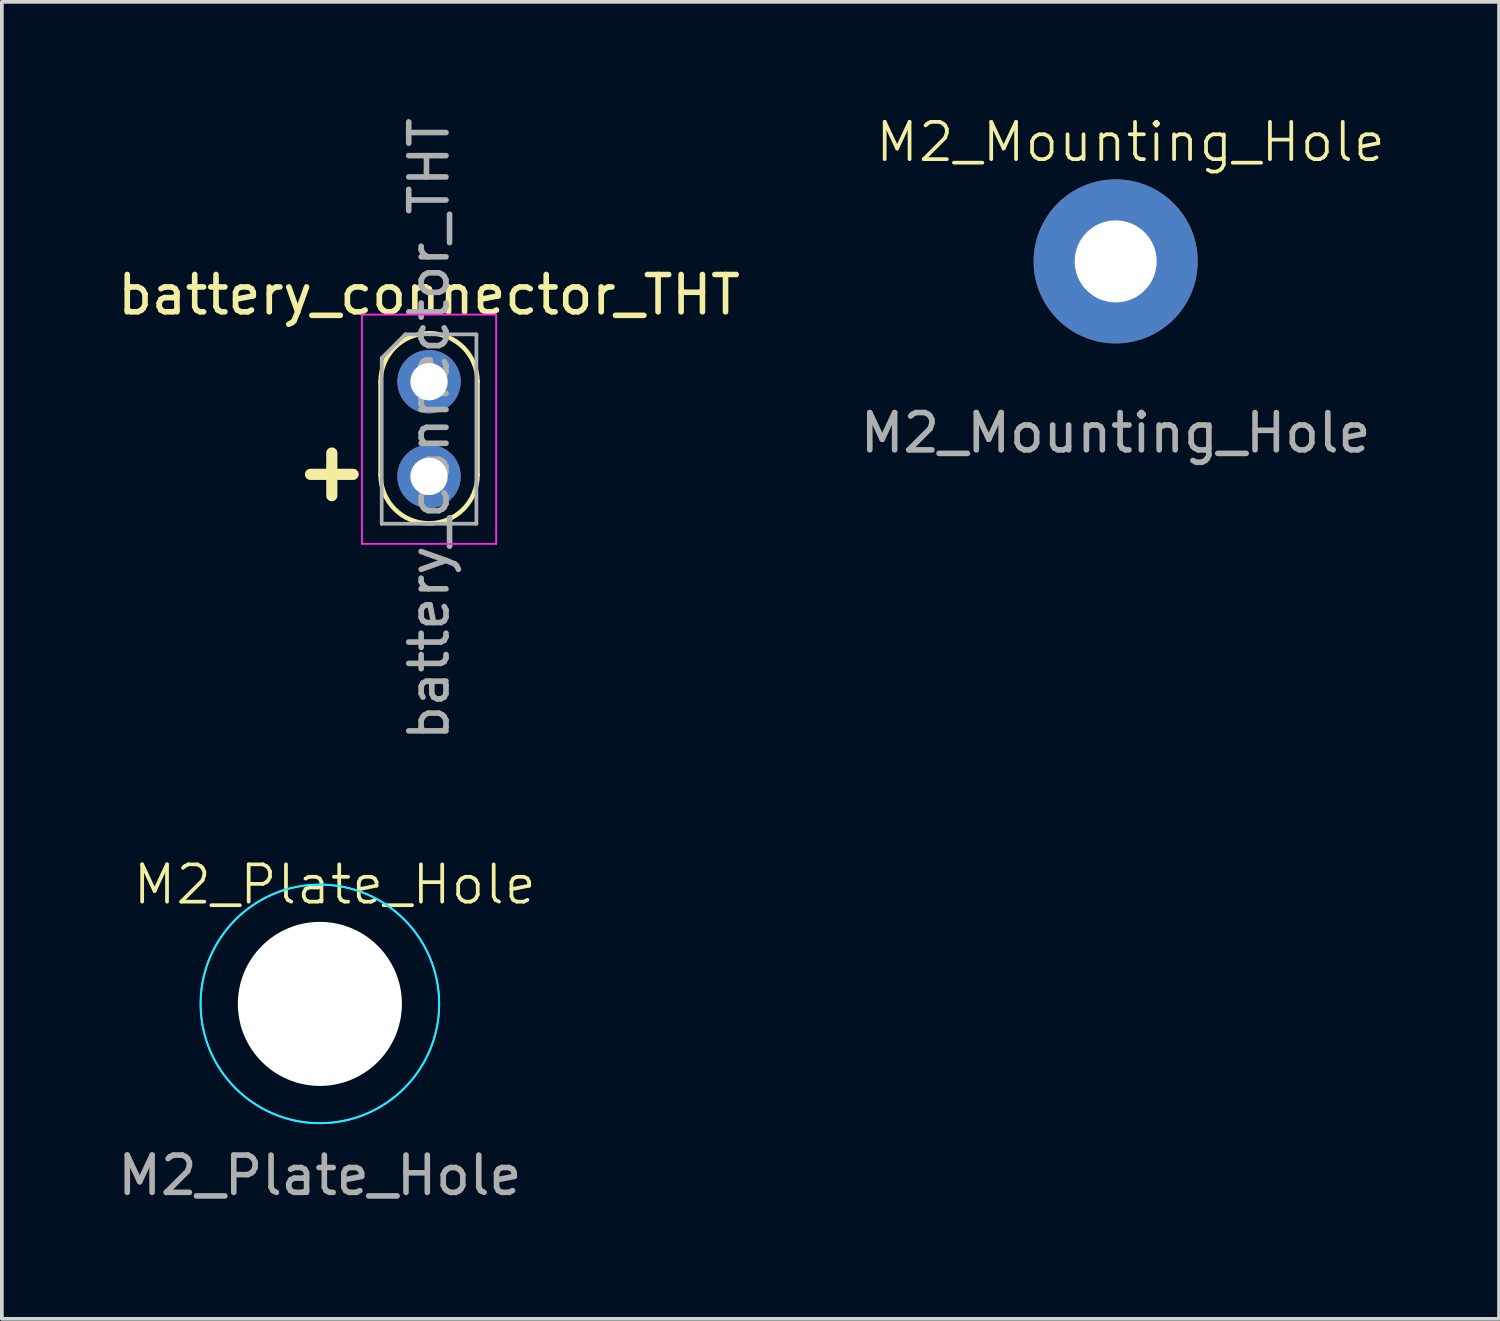
<source format=kicad_pcb>
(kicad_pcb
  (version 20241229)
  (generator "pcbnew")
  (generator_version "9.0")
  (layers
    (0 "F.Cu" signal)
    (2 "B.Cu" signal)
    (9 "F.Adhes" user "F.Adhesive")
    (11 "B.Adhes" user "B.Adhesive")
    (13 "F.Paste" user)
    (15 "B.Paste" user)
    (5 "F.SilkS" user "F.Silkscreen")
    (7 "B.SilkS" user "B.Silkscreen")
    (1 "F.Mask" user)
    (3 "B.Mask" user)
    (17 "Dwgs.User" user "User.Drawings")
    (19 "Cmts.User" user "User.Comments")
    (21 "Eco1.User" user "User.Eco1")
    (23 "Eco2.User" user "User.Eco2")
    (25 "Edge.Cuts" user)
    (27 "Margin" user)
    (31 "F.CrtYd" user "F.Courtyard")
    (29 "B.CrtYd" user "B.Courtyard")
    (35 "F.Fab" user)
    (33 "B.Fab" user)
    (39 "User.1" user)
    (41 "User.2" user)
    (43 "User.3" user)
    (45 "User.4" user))
  (footprint "battery_connector_THT"
    (layer "F.Cu")
    (at 8.458 7.188)
    (property "Reference" "battery_connector_THT" (at 0 -2.33 180) (layer "F.SilkS") (effects (font (size 1 1) (thickness 0.15))))
    (attr through_hole)
    (fp_line (start -1.3 2.5) (end -1.3 0) (stroke (width 0.12) (type solid)) (layer "F.SilkS"))
    (fp_line (start 1.3 0) (end 1.3 2.5) (stroke (width 0.12) (type solid)) (layer "F.SilkS"))
    (fp_arc (start -1.3 0) (mid 0 -1.3) (end 1.3 0) (stroke (width 0.12) (type solid)) (layer "F.SilkS"))
    (fp_arc (start 1.3 2.5) (mid 0 3.8) (end -1.3 2.5) (stroke (width 0.12) (type solid)) (layer "F.SilkS"))
    (fp_line (start -1.8 -1.8) (end -1.8 4.35) (stroke (width 0.05) (type solid)) (layer "F.CrtYd"))
    (fp_line (start -1.8 4.35) (end 1.8 4.35) (stroke (width 0.05) (type solid)) (layer "F.CrtYd"))
    (fp_line (start 1.8 -1.8) (end -1.8 -1.8) (stroke (width 0.05) (type solid)) (layer "F.CrtYd"))
    (fp_line (start 1.8 4.35) (end 1.8 -1.8) (stroke (width 0.05) (type solid)) (layer "F.CrtYd"))
    (fp_line (start -1.27 -0.635) (end -0.635 -1.27) (stroke (width 0.1) (type solid)) (layer "F.Fab"))
    (fp_line (start -1.27 3.81) (end -1.27 -0.635) (stroke (width 0.1) (type solid)) (layer "F.Fab"))
    (fp_line (start -0.635 -1.27) (end 1.27 -1.27) (stroke (width 0.1) (type solid)) (layer "F.Fab"))
    (fp_line (start 1.27 -1.27) (end 1.27 3.81) (stroke (width 0.1) (type solid)) (layer "F.Fab"))
    (fp_line (start 1.27 3.81) (end -1.27 3.81) (stroke (width 0.1) (type solid)) (layer "F.Fab"))
    (fp_text user "+" (at -2.715 2.485 90) (layer "F.SilkS") (effects (font (size 1.5 1.5) (thickness 0.3))))
    (fp_text user "${REFERENCE}" (at 0 1.27 90) (layer "F.Fab") (effects (font (size 1 1) (thickness 0.15))))
    (pad "+" thru_hole oval (at 0 2.54) (size 1.7 1.7) (drill 1) (layers "*.Cu" "*.Mask"))
    (pad "-" thru_hole circle (at 0 0) (size 1.7 1.7) (drill 1) (layers "*.Cu" "*.Mask")))
  (footprint "M2_Plate_Hole"
    (layer "F.Cu")
    (at 5.53 23.877)
    (property "Reference" "M2_Plate_Hole" (at 0.4 -3.2 0) (unlocked yes) (layer "F.SilkS") (effects (font (size 1 1) (thickness 0.1))))
    (attr through_hole)
    (fp_circle (center 0 0) (end 3.2 0) (stroke (width 0.05) (type default)) (fill no) (layer "B.CrtYd"))
    (fp_circle (center 0 0) (end 3.2 0) (stroke (width 0.05) (type default)) (fill no) (layer "B.CrtYd"))
    (fp_text user "${REFERENCE}" (at 0 4.6 0) (unlocked yes) (layer "F.Fab") (effects (font (size 1 1) (thickness 0.15))))
    (pad "" np_thru_hole circle (at 0 0) (size 4.4 4.4) (drill 4.4) (layers "*.Cu" "*.Mask")))
  (footprint "M2_Mounting_Hole"
    (layer "F.Cu")
    (at 26.875 3.961)
    (property "Reference" "M2_Mounting_Hole" (at 0.4 -3.2 0) (unlocked yes) (layer "F.SilkS") (effects (font (size 1 1) (thickness 0.1))))
    (attr through_hole)
    (fp_text user "${REFERENCE}" (at 0 4.6 0) (unlocked yes) (layer "F.Fab") (effects (font (size 1 1) (thickness 0.15))))
    (pad "1" thru_hole circle (at 0 0) (size 4.4 4.4) (drill 2.2) (layers "*.Cu" "*.Mask")))
  (gr_rect
    (start -3 -3)
    (end 37.158 32.325)
    (stroke (width 0.1) (type default))
    (fill no)
    (layer "Edge.Cuts")))
</source>
